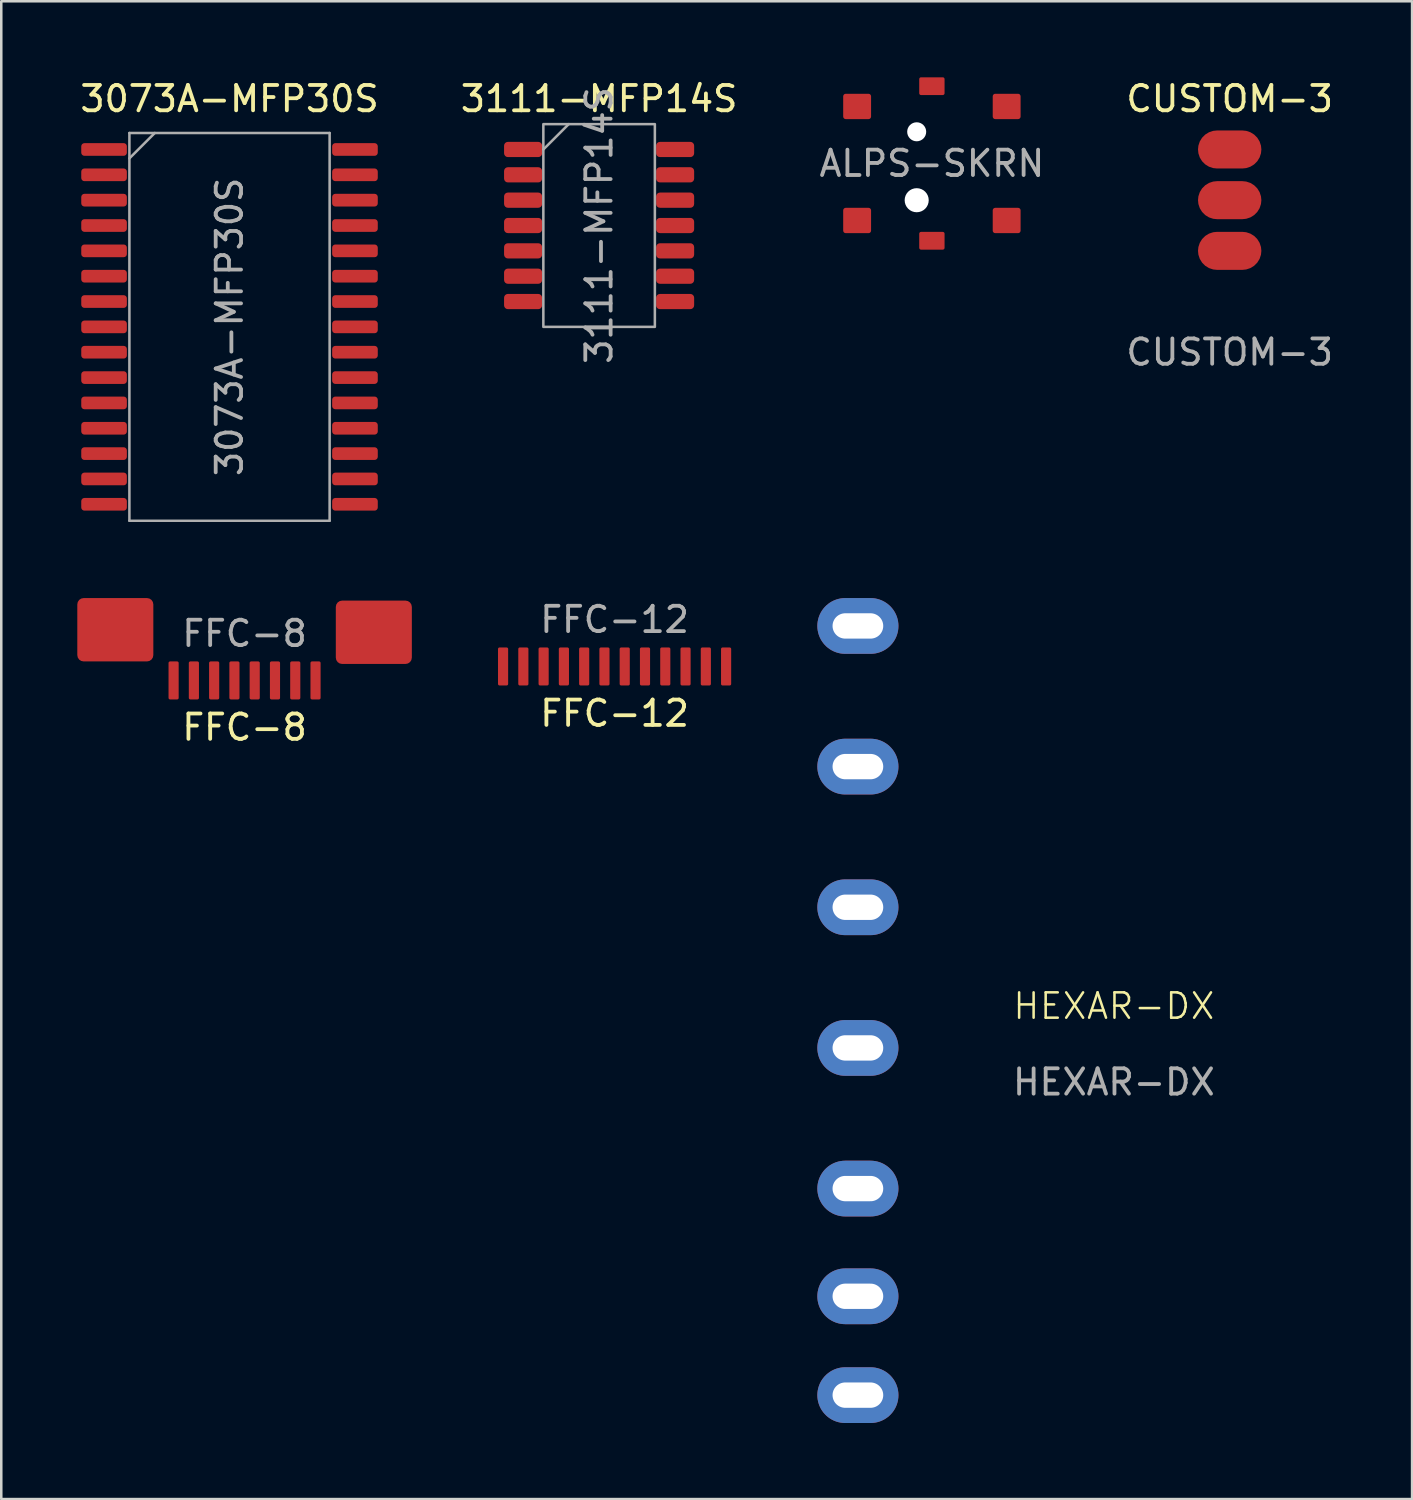
<source format=kicad_pcb>
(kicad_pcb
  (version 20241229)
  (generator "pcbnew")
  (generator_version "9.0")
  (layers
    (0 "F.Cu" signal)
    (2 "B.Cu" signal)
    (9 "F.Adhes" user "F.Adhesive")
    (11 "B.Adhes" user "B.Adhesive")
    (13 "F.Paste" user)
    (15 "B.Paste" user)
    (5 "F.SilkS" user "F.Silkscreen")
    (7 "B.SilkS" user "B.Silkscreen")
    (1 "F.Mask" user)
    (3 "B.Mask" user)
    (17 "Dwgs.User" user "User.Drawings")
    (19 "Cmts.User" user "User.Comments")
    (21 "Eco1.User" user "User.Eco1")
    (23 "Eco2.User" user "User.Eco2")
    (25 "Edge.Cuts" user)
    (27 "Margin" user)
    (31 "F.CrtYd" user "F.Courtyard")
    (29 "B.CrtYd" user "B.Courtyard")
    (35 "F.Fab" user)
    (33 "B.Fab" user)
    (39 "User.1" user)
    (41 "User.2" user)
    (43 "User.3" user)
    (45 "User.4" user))
  (footprint "ALPS-SKRN"
    (layer "F.Cu")
    (at 33.72 3.4)
    (property "Reference" "ALPS-SKRN" (at 0 0 0) (unlocked yes) (layer "F.SilkS") (effects (font (size 1 1) (thickness 0.1))))
    (attr smd)
    (fp_text user "${REFERENCE}" (at 0 0 0) (unlocked yes) (layer "F.Fab") (effects (font (size 1 1) (thickness 0.15))))
    (pad "" np_thru_hole circle (at -0.6 -1.25) (size 0.75 0.75) (drill 0.75) (layers "*.Cu" "*.Mask"))
    (pad "" np_thru_hole circle (at -0.6 1.45) (size 0.95 0.95) (drill 0.95) (layers "*.Cu" "*.Mask"))
    (pad "1" smd roundrect (at -2.95 -2.25) (size 1.1 1) (layers "F.Cu" "F.Mask" "F.Paste") (roundrect_rratio 0.1))
    (pad "2" smd roundrect (at 2.95 -2.25) (size 1.1 1) (layers "F.Cu" "F.Mask" "F.Paste") (roundrect_rratio 0.1))
    (pad "3" smd roundrect (at -2.95 2.25) (size 1.1 1) (layers "F.Cu" "F.Mask" "F.Paste") (roundrect_rratio 0.1))
    (pad "4" smd roundrect (at 2.95 2.25) (size 1.1 1) (layers "F.Cu" "F.Mask" "F.Paste") (roundrect_rratio 0.1))
    (pad "5" smd roundrect (at 0 -3.05) (size 1 0.7) (layers "F.Cu" "F.Mask" "F.Paste") (roundrect_rratio 0.1))
    (pad "6" smd roundrect (at 0 3.05) (size 1 0.7) (layers "F.Cu" "F.Mask" "F.Paste") (roundrect_rratio 0.1)))
  (footprint "3111-MFP14S"
    (layer "F.Cu")
    (at 20.589 5.848)
    (property "Reference" "3111-MFP14S" (at 0 -5 0) (layer "F.SilkS") (effects (font (size 1 1) (thickness 0.15))))
    (attr smd)
    (fp_line (start -2.2 -3) (end -1.2 -4) (stroke (width 0.1) (type solid)) (layer "F.Fab"))
    (fp_rect (start -2.2 -4) (end 2.2 4) (stroke (width 0.1) (type default)) (fill no) (layer "F.Fab"))
    (fp_text user "${REFERENCE}" (at 0 0 270) (layer "F.Fab") (effects (font (size 1 1) (thickness 0.15))))
    (pad "1" smd roundrect (at -3 -3) (size 1.5 0.6) (layers "F.Cu" "F.Mask" "F.Paste") (roundrect_rratio 0.25))
    (pad "2" smd roundrect (at -3 -2) (size 1.5 0.6) (layers "F.Cu" "F.Mask" "F.Paste") (roundrect_rratio 0.25))
    (pad "3" smd roundrect (at -3 -1) (size 1.5 0.6) (layers "F.Cu" "F.Mask" "F.Paste") (roundrect_rratio 0.25))
    (pad "4" smd roundrect (at -3 0) (size 1.5 0.6) (layers "F.Cu" "F.Mask" "F.Paste") (roundrect_rratio 0.25))
    (pad "5" smd roundrect (at -3 1) (size 1.5 0.6) (layers "F.Cu" "F.Mask" "F.Paste") (roundrect_rratio 0.25))
    (pad "6" smd roundrect (at -3 2) (size 1.5 0.6) (layers "F.Cu" "F.Mask" "F.Paste") (roundrect_rratio 0.25))
    (pad "7" smd roundrect (at -3 3) (size 1.5 0.6) (layers "F.Cu" "F.Mask" "F.Paste") (roundrect_rratio 0.25))
    (pad "8" smd roundrect (at 3 3 180) (size 1.5 0.6) (layers "F.Cu" "F.Mask" "F.Paste") (roundrect_rratio 0.25))
    (pad "9" smd roundrect (at 3 2 180) (size 1.5 0.6) (layers "F.Cu" "F.Mask" "F.Paste") (roundrect_rratio 0.25))
    (pad "10" smd roundrect (at 3 1 180) (size 1.5 0.6) (layers "F.Cu" "F.Mask" "F.Paste") (roundrect_rratio 0.25))
    (pad "11" smd roundrect (at 3 0 180) (size 1.5 0.6) (layers "F.Cu" "F.Mask" "F.Paste") (roundrect_rratio 0.25))
    (pad "12" smd roundrect (at 3 -1 180) (size 1.5 0.6) (layers "F.Cu" "F.Mask" "F.Paste") (roundrect_rratio 0.25))
    (pad "13" smd roundrect (at 3 -2 180) (size 1.5 0.6) (layers "F.Cu" "F.Mask" "F.Paste") (roundrect_rratio 0.25))
    (pad "14" smd roundrect (at 3 -3 180) (size 1.5 0.6) (layers "F.Cu" "F.Mask" "F.Paste") (roundrect_rratio 0.25)))
  (footprint "FFC-8"
    (layer "F.Cu")
    (at 6.6 23.798)
    (property "Reference" "FFC-8" (at 0 1.85 0) (unlocked yes) (layer "F.SilkS") (effects (font (size 1 1) (thickness 0.15))))
    (attr smd)
    (fp_poly (pts (xy -3.35 -0.7) (xy 3.35 -0.7) (xy 3.35 0.7) (xy -3.35 0.7)) (stroke (width 0.1) (type solid)) (fill yes) (layer "F.Mask"))
    (fp_text user "${REFERENCE}" (at 0 -1.85 0) (unlocked yes) (layer "F.Fab") (effects (font (size 1 1) (thickness 0.15))))
    (pad "1" smd roundrect (at -2.8 0) (size 0.4 1.5) (layers "F.Cu" "F.Paste") (roundrect_rratio 0.15))
    (pad "2" smd roundrect (at -2 0) (size 0.4 1.5) (layers "F.Cu" "F.Paste") (roundrect_rratio 0.15))
    (pad "3" smd roundrect (at -1.2 0) (size 0.4 1.5) (layers "F.Cu" "F.Paste") (roundrect_rratio 0.15))
    (pad "4" smd roundrect (at -0.4 0) (size 0.4 1.5) (layers "F.Cu" "F.Paste") (roundrect_rratio 0.15))
    (pad "5" smd roundrect (at 0.4 0) (size 0.4 1.5) (layers "F.Cu" "F.Paste") (roundrect_rratio 0.15))
    (pad "6" smd roundrect (at 1.2 0) (size 0.4 1.5) (layers "F.Cu" "F.Paste") (roundrect_rratio 0.15))
    (pad "7" smd roundrect (at 2 0) (size 0.4 1.5) (layers "F.Cu" "F.Paste") (roundrect_rratio 0.15))
    (pad "8" smd roundrect (at 2.8 0) (size 0.4 1.5) (layers "F.Cu" "F.Paste") (roundrect_rratio 0.15))
    (pad "SH1" smd roundrect (at -5.1 -2) (size 3 2.5) (layers "F.Cu" "F.Paste") (roundrect_rratio 0.1))
    (pad "SH8" smd roundrect (at 5.1 -1.9) (size 3 2.5) (layers "F.Cu" "F.Paste") (roundrect_rratio 0.1)))
  (footprint "FFC-12"
    (layer "F.Cu")
    (at 21.2 23.247)
    (property "Reference" "FFC-12" (at 0 1.85 0) (unlocked yes) (layer "F.SilkS") (effects (font (size 1 1) (thickness 0.15))))
    (attr smd)
    (fp_poly (pts (xy -4.95 -0.7) (xy 4.95 -0.7) (xy 4.95 0.7) (xy -4.95 0.7)) (stroke (width 0.1) (type solid)) (fill yes) (layer "F.Mask"))
    (fp_text user "${REFERENCE}" (at 0 -1.85 0) (unlocked yes) (layer "F.Fab") (effects (font (size 1 1) (thickness 0.15))))
    (pad "1" smd roundrect (at -4.4 0) (size 0.4 1.5) (layers "F.Cu" "F.Paste") (roundrect_rratio 0.15))
    (pad "2" smd roundrect (at -3.6 0) (size 0.4 1.5) (layers "F.Cu" "F.Paste") (roundrect_rratio 0.15))
    (pad "3" smd roundrect (at -2.8 0) (size 0.4 1.5) (layers "F.Cu" "F.Paste") (roundrect_rratio 0.15))
    (pad "4" smd roundrect (at -2 0) (size 0.4 1.5) (layers "F.Cu" "F.Paste") (roundrect_rratio 0.15))
    (pad "5" smd roundrect (at -1.2 0) (size 0.4 1.5) (layers "F.Cu" "F.Paste") (roundrect_rratio 0.15))
    (pad "6" smd roundrect (at -0.4 0) (size 0.4 1.5) (layers "F.Cu" "F.Paste") (roundrect_rratio 0.15))
    (pad "7" smd roundrect (at 0.4 0) (size 0.4 1.5) (layers "F.Cu" "F.Paste") (roundrect_rratio 0.15))
    (pad "8" smd roundrect (at 1.2 0) (size 0.4 1.5) (layers "F.Cu" "F.Paste") (roundrect_rratio 0.15))
    (pad "9" smd roundrect (at 2 0) (size 0.4 1.5) (layers "F.Cu" "F.Paste") (roundrect_rratio 0.15))
    (pad "10" smd roundrect (at 2.8 0) (size 0.4 1.5) (layers "F.Cu" "F.Paste") (roundrect_rratio 0.15))
    (pad "11" smd roundrect (at 3.6 0) (size 0.4 1.5) (layers "F.Cu" "F.Paste") (roundrect_rratio 0.15))
    (pad "12" smd roundrect (at 4.4 0) (size 0.4 1.5) (layers "F.Cu" "F.Paste") (roundrect_rratio 0.15)))
  (footprint "CUSTOM-3"
    (layer "F.Cu")
    (at 45.47 4.848)
    (property "Reference" "CUSTOM-3" (at 0 -4 0) (unlocked yes) (layer "F.SilkS") (effects (font (size 1 1) (thickness 0.15))))
    (attr smd)
    (fp_text user "${REFERENCE}" (at 0 6 0) (unlocked yes) (layer "F.Fab") (effects (font (size 1 1) (thickness 0.15))))
    (pad "1" smd roundrect (at 0 -2) (size 2.5 1.5) (layers "F.Cu" "F.Mask") (roundrect_rratio 0.5))
    (pad "2" smd roundrect (at 0 0) (size 2.5 1.5) (layers "F.Cu" "F.Mask") (roundrect_rratio 0.5))
    (pad "3" smd roundrect (at 0 2) (size 2.5 1.5) (layers "F.Cu" "F.Mask") (roundrect_rratio 0.5)))
  (footprint "3073A-MFP30S"
    (layer "F.Cu")
    (at 6.006 9.848)
    (property "Reference" "3073A-MFP30S" (at 0 -9 0) (layer "F.SilkS") (effects (font (size 1 1) (thickness 0.15))))
    (attr smd)
    (fp_line (start -3.95 -7.65) (end 3.95 -7.65) (stroke (width 0.1) (type solid)) (layer "F.Fab"))
    (fp_line (start -3.95 -6.65) (end -2.95 -7.65) (stroke (width 0.1) (type solid)) (layer "F.Fab"))
    (fp_line (start -3.95 7.65) (end -3.95 -7.65) (stroke (width 0.1) (type solid)) (layer "F.Fab"))
    (fp_line (start 3.95 -7.65) (end 3.95 7.65) (stroke (width 0.1) (type solid)) (layer "F.Fab"))
    (fp_line (start 3.95 7.65) (end -3.95 7.65) (stroke (width 0.1) (type solid)) (layer "F.Fab"))
    (fp_text user "${REFERENCE}" (at 0 0 270) (layer "F.Fab") (effects (font (size 1 1) (thickness 0.15))))
    (pad "1" smd roundrect (at -4.95 -7) (size 1.8 0.5) (layers "F.Cu" "F.Mask" "F.Paste") (roundrect_rratio 0.25))
    (pad "2" smd roundrect (at -4.95 -6) (size 1.8 0.5) (layers "F.Cu" "F.Mask" "F.Paste") (roundrect_rratio 0.25))
    (pad "3" smd roundrect (at -4.95 -5) (size 1.8 0.5) (layers "F.Cu" "F.Mask" "F.Paste") (roundrect_rratio 0.25))
    (pad "4" smd roundrect (at -4.95 -4) (size 1.8 0.5) (layers "F.Cu" "F.Mask" "F.Paste") (roundrect_rratio 0.25))
    (pad "5" smd roundrect (at -4.95 -3) (size 1.8 0.5) (layers "F.Cu" "F.Mask" "F.Paste") (roundrect_rratio 0.25))
    (pad "6" smd roundrect (at -4.95 -2) (size 1.8 0.5) (layers "F.Cu" "F.Mask" "F.Paste") (roundrect_rratio 0.25))
    (pad "7" smd roundrect (at -4.95 -1) (size 1.8 0.5) (layers "F.Cu" "F.Mask" "F.Paste") (roundrect_rratio 0.25))
    (pad "8" smd roundrect (at -4.95 0) (size 1.8 0.5) (layers "F.Cu" "F.Mask" "F.Paste") (roundrect_rratio 0.25))
    (pad "9" smd roundrect (at -4.95 1) (size 1.8 0.5) (layers "F.Cu" "F.Mask" "F.Paste") (roundrect_rratio 0.25))
    (pad "10" smd roundrect (at -4.95 2) (size 1.8 0.5) (layers "F.Cu" "F.Mask" "F.Paste") (roundrect_rratio 0.25))
    (pad "11" smd roundrect (at -4.95 3) (size 1.8 0.5) (layers "F.Cu" "F.Mask" "F.Paste") (roundrect_rratio 0.25))
    (pad "12" smd roundrect (at -4.95 4) (size 1.8 0.5) (layers "F.Cu" "F.Mask" "F.Paste") (roundrect_rratio 0.25))
    (pad "13" smd roundrect (at -4.95 5) (size 1.8 0.5) (layers "F.Cu" "F.Mask" "F.Paste") (roundrect_rratio 0.25))
    (pad "14" smd roundrect (at -4.95 6) (size 1.8 0.5) (layers "F.Cu" "F.Mask" "F.Paste") (roundrect_rratio 0.25))
    (pad "15" smd roundrect (at -4.95 7) (size 1.8 0.5) (layers "F.Cu" "F.Mask" "F.Paste") (roundrect_rratio 0.25))
    (pad "16" smd roundrect (at 4.95 7) (size 1.8 0.5) (layers "F.Cu" "F.Mask" "F.Paste") (roundrect_rratio 0.25))
    (pad "17" smd roundrect (at 4.95 6) (size 1.8 0.5) (layers "F.Cu" "F.Mask" "F.Paste") (roundrect_rratio 0.25))
    (pad "18" smd roundrect (at 4.95 5) (size 1.8 0.5) (layers "F.Cu" "F.Mask" "F.Paste") (roundrect_rratio 0.25))
    (pad "19" smd roundrect (at 4.95 4) (size 1.8 0.5) (layers "F.Cu" "F.Mask" "F.Paste") (roundrect_rratio 0.25))
    (pad "20" smd roundrect (at 4.95 3) (size 1.8 0.5) (layers "F.Cu" "F.Mask" "F.Paste") (roundrect_rratio 0.25))
    (pad "21" smd roundrect (at 4.95 2) (size 1.8 0.5) (layers "F.Cu" "F.Mask" "F.Paste") (roundrect_rratio 0.25))
    (pad "22" smd roundrect (at 4.95 1) (size 1.8 0.5) (layers "F.Cu" "F.Mask" "F.Paste") (roundrect_rratio 0.25))
    (pad "23" smd roundrect (at 4.95 0) (size 1.8 0.5) (layers "F.Cu" "F.Mask" "F.Paste") (roundrect_rratio 0.25))
    (pad "24" smd roundrect (at 4.95 -1) (size 1.8 0.5) (layers "F.Cu" "F.Mask" "F.Paste") (roundrect_rratio 0.25))
    (pad "25" smd roundrect (at 4.95 -2) (size 1.8 0.5) (layers "F.Cu" "F.Mask" "F.Paste") (roundrect_rratio 0.25))
    (pad "26" smd roundrect (at 4.95 -3) (size 1.8 0.5) (layers "F.Cu" "F.Mask" "F.Paste") (roundrect_rratio 0.25))
    (pad "27" smd roundrect (at 4.95 -4) (size 1.8 0.5) (layers "F.Cu" "F.Mask" "F.Paste") (roundrect_rratio 0.25))
    (pad "28" smd roundrect (at 4.95 -5) (size 1.8 0.5) (layers "F.Cu" "F.Mask" "F.Paste") (roundrect_rratio 0.25))
    (pad "29" smd roundrect (at 4.95 -6) (size 1.8 0.5) (layers "F.Cu" "F.Mask" "F.Paste") (roundrect_rratio 0.25))
    (pad "30" smd roundrect (at 4.95 -7) (size 1.8 0.5) (layers "F.Cu" "F.Mask" "F.Paste") (roundrect_rratio 0.25)))
  (footprint "HEXAR-DX"
    (layer "F.Cu")
    (at 30.3 21.648)
    (property "Reference" "HEXAR-DX" (at 10.6 15 0) (unlocked yes) (layer "F.SilkS") (effects (font (size 1 1) (thickness 0.1))))
    (fp_line (start 0 0) (end 1 0) (stroke (width 1.2) (type default)) (layer "B.Mask"))
    (fp_line (start 0 5.55) (end 1 5.55) (stroke (width 1.2) (type default)) (layer "B.Mask"))
    (fp_line (start 0 11.1) (end 1 11.1) (stroke (width 1.2) (type default)) (layer "B.Mask"))
    (fp_line (start 0 16.65) (end 1 16.65) (stroke (width 1.2) (type default)) (layer "B.Mask"))
    (fp_line (start 0 22.2) (end 1 22.2) (stroke (width 1.2) (type default)) (layer "B.Mask"))
    (fp_line (start 0 26.45) (end 1 26.45) (stroke (width 1.2) (type default)) (layer "B.Mask"))
    (fp_line (start 0 30.35) (end 1 30.35) (stroke (width 1.2) (type default)) (layer "B.Mask"))
    (fp_text user "${REFERENCE}" (at 10.6 18 0) (unlocked yes) (layer "F.Fab") (effects (font (size 1 1) (thickness 0.15))))
    (pad "1" thru_hole oval (at 0.5 0) (size 3.2 2.2) (drill oval 2 1) (layers "*.Cu" "F.Mask"))
    (pad "2" thru_hole oval (at 0.5 5.55) (size 3.2 2.2) (drill oval 2 1) (layers "*.Cu" "F.Mask"))
    (pad "3" thru_hole oval (at 0.5 11.1) (size 3.2 2.2) (drill oval 2 1) (layers "*.Cu" "F.Mask"))
    (pad "4" thru_hole oval (at 0.5 16.65) (size 3.2 2.2) (drill oval 2 1) (layers "*.Cu" "F.Mask"))
    (pad "5" thru_hole oval (at 0.5 22.2) (size 3.2 2.2) (drill oval 2 1) (layers "*.Cu" "F.Mask"))
    (pad "6" thru_hole oval (at 0.5 26.45) (size 3.2 2.2) (drill oval 2 1) (layers "*.Cu" "F.Mask"))
    (pad "7" thru_hole oval (at 0.5 30.35) (size 3.2 2.2) (drill oval 2 1) (layers "*.Cu" "F.Mask")))
  (gr_rect
    (start -3 -3)
    (end 52.667 56.098)
    (stroke (width 0.1) (type default))
    (fill no)
    (layer "Edge.Cuts")))
</source>
